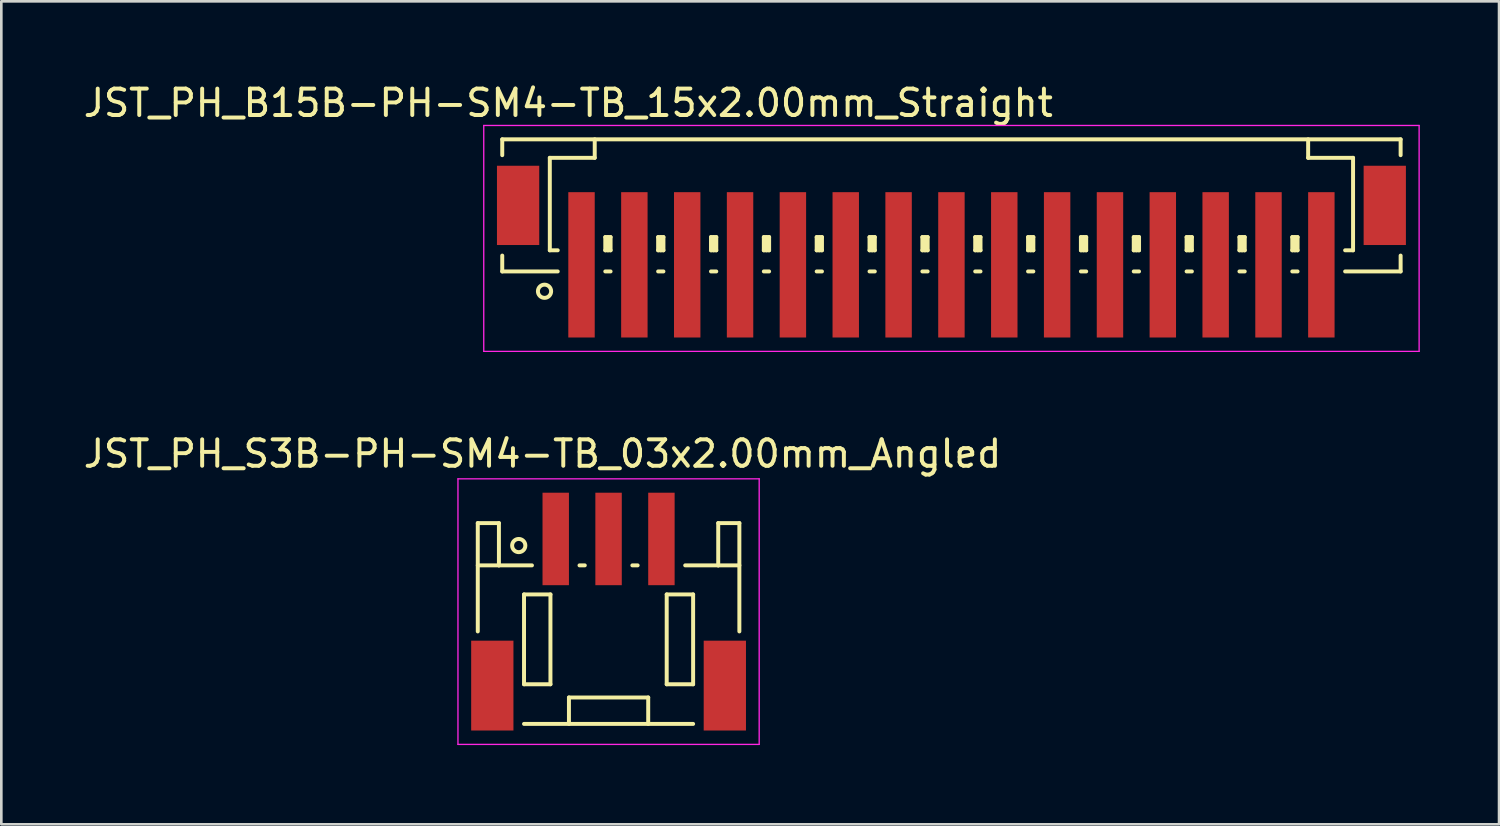
<source format=kicad_pcb>
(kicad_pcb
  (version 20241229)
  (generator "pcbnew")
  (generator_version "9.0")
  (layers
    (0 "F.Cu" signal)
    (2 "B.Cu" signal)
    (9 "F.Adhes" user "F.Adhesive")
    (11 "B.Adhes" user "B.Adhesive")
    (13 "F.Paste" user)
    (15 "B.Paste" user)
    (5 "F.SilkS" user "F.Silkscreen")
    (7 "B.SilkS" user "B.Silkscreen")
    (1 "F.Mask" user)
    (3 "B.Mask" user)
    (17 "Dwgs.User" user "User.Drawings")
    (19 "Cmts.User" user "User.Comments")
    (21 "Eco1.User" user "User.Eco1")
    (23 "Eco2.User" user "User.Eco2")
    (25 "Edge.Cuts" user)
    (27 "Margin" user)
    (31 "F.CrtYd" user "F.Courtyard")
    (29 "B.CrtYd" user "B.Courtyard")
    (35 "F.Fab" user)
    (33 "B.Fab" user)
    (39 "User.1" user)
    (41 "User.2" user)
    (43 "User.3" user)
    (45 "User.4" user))
  (footprint "JST_PH_B15B-PH-SM4-TB_15x2.00mm_Straight"
    (layer "F.Cu")
    (at 32.958 5.848)
    (property "Reference" "JST_PH_B15B-PH-SM4-TB_15x2.00mm_Straight" (at -14.5 -5 0) (layer "F.SilkS") (effects (font (size 1 1) (thickness 0.15))))
    (attr smd)
    (fp_line (start -17 -3.625) (end 17 -3.625) (stroke (width 0.15) (type solid)) (layer "F.SilkS"))
    (fp_line (start -17 -3.025) (end -17 -3.625) (stroke (width 0.15) (type solid)) (layer "F.SilkS"))
    (fp_line (start -17 0.775) (end -17 1.375) (stroke (width 0.15) (type solid)) (layer "F.SilkS"))
    (fp_line (start -17 1.375) (end -14.9 1.375) (stroke (width 0.15) (type solid)) (layer "F.SilkS"))
    (fp_line (start -15.2 -2.925) (end -15.2 0.575) (stroke (width 0.15) (type solid)) (layer "F.SilkS"))
    (fp_line (start -15.2 0.575) (end -14.9 0.575) (stroke (width 0.15) (type solid)) (layer "F.SilkS"))
    (fp_line (start -13.5 -3.625) (end -13.5 -2.925) (stroke (width 0.15) (type solid)) (layer "F.SilkS"))
    (fp_line (start -13.5 -2.925) (end -15.2 -2.925) (stroke (width 0.15) (type solid)) (layer "F.SilkS"))
    (fp_line (start -13.1 0.075) (end -12.9 0.075) (stroke (width 0.15) (type solid)) (layer "F.SilkS"))
    (fp_line (start -13.1 0.575) (end -13.1 0.075) (stroke (width 0.15) (type solid)) (layer "F.SilkS"))
    (fp_line (start -13.1 0.575) (end -12.9 0.575) (stroke (width 0.15) (type solid)) (layer "F.SilkS"))
    (fp_line (start -13.1 1.375) (end -12.9 1.375) (stroke (width 0.15) (type solid)) (layer "F.SilkS"))
    (fp_line (start -13 0.575) (end -13 0.075) (stroke (width 0.15) (type solid)) (layer "F.SilkS"))
    (fp_line (start -12.9 0.075) (end -12.9 0.575) (stroke (width 0.15) (type solid)) (layer "F.SilkS"))
    (fp_line (start -11.1 0.075) (end -10.9 0.075) (stroke (width 0.15) (type solid)) (layer "F.SilkS"))
    (fp_line (start -11.1 0.575) (end -11.1 0.075) (stroke (width 0.15) (type solid)) (layer "F.SilkS"))
    (fp_line (start -11.1 0.575) (end -10.9 0.575) (stroke (width 0.15) (type solid)) (layer "F.SilkS"))
    (fp_line (start -11.1 1.375) (end -10.9 1.375) (stroke (width 0.15) (type solid)) (layer "F.SilkS"))
    (fp_line (start -11 0.575) (end -11 0.075) (stroke (width 0.15) (type solid)) (layer "F.SilkS"))
    (fp_line (start -10.9 0.075) (end -10.9 0.575) (stroke (width 0.15) (type solid)) (layer "F.SilkS"))
    (fp_line (start -9.1 0.075) (end -8.9 0.075) (stroke (width 0.15) (type solid)) (layer "F.SilkS"))
    (fp_line (start -9.1 0.575) (end -9.1 0.075) (stroke (width 0.15) (type solid)) (layer "F.SilkS"))
    (fp_line (start -9.1 0.575) (end -8.9 0.575) (stroke (width 0.15) (type solid)) (layer "F.SilkS"))
    (fp_line (start -9.1 1.375) (end -8.9 1.375) (stroke (width 0.15) (type solid)) (layer "F.SilkS"))
    (fp_line (start -9 0.575) (end -9 0.075) (stroke (width 0.15) (type solid)) (layer "F.SilkS"))
    (fp_line (start -8.9 0.075) (end -8.9 0.575) (stroke (width 0.15) (type solid)) (layer "F.SilkS"))
    (fp_line (start -7.1 0.075) (end -6.9 0.075) (stroke (width 0.15) (type solid)) (layer "F.SilkS"))
    (fp_line (start -7.1 0.575) (end -7.1 0.075) (stroke (width 0.15) (type solid)) (layer "F.SilkS"))
    (fp_line (start -7.1 0.575) (end -6.9 0.575) (stroke (width 0.15) (type solid)) (layer "F.SilkS"))
    (fp_line (start -7.1 1.375) (end -6.9 1.375) (stroke (width 0.15) (type solid)) (layer "F.SilkS"))
    (fp_line (start -7 0.575) (end -7 0.075) (stroke (width 0.15) (type solid)) (layer "F.SilkS"))
    (fp_line (start -6.9 0.075) (end -6.9 0.575) (stroke (width 0.15) (type solid)) (layer "F.SilkS"))
    (fp_line (start -5.1 0.075) (end -4.9 0.075) (stroke (width 0.15) (type solid)) (layer "F.SilkS"))
    (fp_line (start -5.1 0.575) (end -5.1 0.075) (stroke (width 0.15) (type solid)) (layer "F.SilkS"))
    (fp_line (start -5.1 0.575) (end -4.9 0.575) (stroke (width 0.15) (type solid)) (layer "F.SilkS"))
    (fp_line (start -5.1 1.375) (end -4.9 1.375) (stroke (width 0.15) (type solid)) (layer "F.SilkS"))
    (fp_line (start -5 0.575) (end -5 0.075) (stroke (width 0.15) (type solid)) (layer "F.SilkS"))
    (fp_line (start -4.9 0.075) (end -4.9 0.575) (stroke (width 0.15) (type solid)) (layer "F.SilkS"))
    (fp_line (start -3.1 0.075) (end -2.9 0.075) (stroke (width 0.15) (type solid)) (layer "F.SilkS"))
    (fp_line (start -3.1 0.575) (end -3.1 0.075) (stroke (width 0.15) (type solid)) (layer "F.SilkS"))
    (fp_line (start -3.1 0.575) (end -2.9 0.575) (stroke (width 0.15) (type solid)) (layer "F.SilkS"))
    (fp_line (start -3.1 1.375) (end -2.9 1.375) (stroke (width 0.15) (type solid)) (layer "F.SilkS"))
    (fp_line (start -3 0.575) (end -3 0.075) (stroke (width 0.15) (type solid)) (layer "F.SilkS"))
    (fp_line (start -2.9 0.075) (end -2.9 0.575) (stroke (width 0.15) (type solid)) (layer "F.SilkS"))
    (fp_line (start -1.1 0.075) (end -0.9 0.075) (stroke (width 0.15) (type solid)) (layer "F.SilkS"))
    (fp_line (start -1.1 0.575) (end -1.1 0.075) (stroke (width 0.15) (type solid)) (layer "F.SilkS"))
    (fp_line (start -1.1 0.575) (end -0.9 0.575) (stroke (width 0.15) (type solid)) (layer "F.SilkS"))
    (fp_line (start -1.1 1.375) (end -0.9 1.375) (stroke (width 0.15) (type solid)) (layer "F.SilkS"))
    (fp_line (start -1 0.575) (end -1 0.075) (stroke (width 0.15) (type solid)) (layer "F.SilkS"))
    (fp_line (start -0.9 0.075) (end -0.9 0.575) (stroke (width 0.15) (type solid)) (layer "F.SilkS"))
    (fp_line (start 0.9 0.075) (end 1.1 0.075) (stroke (width 0.15) (type solid)) (layer "F.SilkS"))
    (fp_line (start 0.9 0.575) (end 0.9 0.075) (stroke (width 0.15) (type solid)) (layer "F.SilkS"))
    (fp_line (start 0.9 0.575) (end 1.1 0.575) (stroke (width 0.15) (type solid)) (layer "F.SilkS"))
    (fp_line (start 0.9 1.375) (end 1.1 1.375) (stroke (width 0.15) (type solid)) (layer "F.SilkS"))
    (fp_line (start 1 0.575) (end 1 0.075) (stroke (width 0.15) (type solid)) (layer "F.SilkS"))
    (fp_line (start 1.1 0.075) (end 1.1 0.575) (stroke (width 0.15) (type solid)) (layer "F.SilkS"))
    (fp_line (start 2.9 0.075) (end 3.1 0.075) (stroke (width 0.15) (type solid)) (layer "F.SilkS"))
    (fp_line (start 2.9 0.575) (end 2.9 0.075) (stroke (width 0.15) (type solid)) (layer "F.SilkS"))
    (fp_line (start 2.9 0.575) (end 3.1 0.575) (stroke (width 0.15) (type solid)) (layer "F.SilkS"))
    (fp_line (start 2.9 1.375) (end 3.1 1.375) (stroke (width 0.15) (type solid)) (layer "F.SilkS"))
    (fp_line (start 3 0.575) (end 3 0.075) (stroke (width 0.15) (type solid)) (layer "F.SilkS"))
    (fp_line (start 3.1 0.075) (end 3.1 0.575) (stroke (width 0.15) (type solid)) (layer "F.SilkS"))
    (fp_line (start 4.9 0.075) (end 5.1 0.075) (stroke (width 0.15) (type solid)) (layer "F.SilkS"))
    (fp_line (start 4.9 0.575) (end 4.9 0.075) (stroke (width 0.15) (type solid)) (layer "F.SilkS"))
    (fp_line (start 4.9 0.575) (end 5.1 0.575) (stroke (width 0.15) (type solid)) (layer "F.SilkS"))
    (fp_line (start 4.9 1.375) (end 5.1 1.375) (stroke (width 0.15) (type solid)) (layer "F.SilkS"))
    (fp_line (start 5 0.575) (end 5 0.075) (stroke (width 0.15) (type solid)) (layer "F.SilkS"))
    (fp_line (start 5.1 0.075) (end 5.1 0.575) (stroke (width 0.15) (type solid)) (layer "F.SilkS"))
    (fp_line (start 6.9 0.075) (end 7.1 0.075) (stroke (width 0.15) (type solid)) (layer "F.SilkS"))
    (fp_line (start 6.9 0.575) (end 6.9 0.075) (stroke (width 0.15) (type solid)) (layer "F.SilkS"))
    (fp_line (start 6.9 0.575) (end 7.1 0.575) (stroke (width 0.15) (type solid)) (layer "F.SilkS"))
    (fp_line (start 6.9 1.375) (end 7.1 1.375) (stroke (width 0.15) (type solid)) (layer "F.SilkS"))
    (fp_line (start 7 0.575) (end 7 0.075) (stroke (width 0.15) (type solid)) (layer "F.SilkS"))
    (fp_line (start 7.1 0.075) (end 7.1 0.575) (stroke (width 0.15) (type solid)) (layer "F.SilkS"))
    (fp_line (start 8.9 0.075) (end 9.1 0.075) (stroke (width 0.15) (type solid)) (layer "F.SilkS"))
    (fp_line (start 8.9 0.575) (end 8.9 0.075) (stroke (width 0.15) (type solid)) (layer "F.SilkS"))
    (fp_line (start 8.9 0.575) (end 9.1 0.575) (stroke (width 0.15) (type solid)) (layer "F.SilkS"))
    (fp_line (start 8.9 1.375) (end 9.1 1.375) (stroke (width 0.15) (type solid)) (layer "F.SilkS"))
    (fp_line (start 9 0.575) (end 9 0.075) (stroke (width 0.15) (type solid)) (layer "F.SilkS"))
    (fp_line (start 9.1 0.075) (end 9.1 0.575) (stroke (width 0.15) (type solid)) (layer "F.SilkS"))
    (fp_line (start 10.9 0.075) (end 11.1 0.075) (stroke (width 0.15) (type solid)) (layer "F.SilkS"))
    (fp_line (start 10.9 0.575) (end 10.9 0.075) (stroke (width 0.15) (type solid)) (layer "F.SilkS"))
    (fp_line (start 10.9 0.575) (end 11.1 0.575) (stroke (width 0.15) (type solid)) (layer "F.SilkS"))
    (fp_line (start 10.9 1.375) (end 11.1 1.375) (stroke (width 0.15) (type solid)) (layer "F.SilkS"))
    (fp_line (start 11 0.575) (end 11 0.075) (stroke (width 0.15) (type solid)) (layer "F.SilkS"))
    (fp_line (start 11.1 0.075) (end 11.1 0.575) (stroke (width 0.15) (type solid)) (layer "F.SilkS"))
    (fp_line (start 12.9 0.075) (end 13.1 0.075) (stroke (width 0.15) (type solid)) (layer "F.SilkS"))
    (fp_line (start 12.9 0.575) (end 12.9 0.075) (stroke (width 0.15) (type solid)) (layer "F.SilkS"))
    (fp_line (start 12.9 0.575) (end 13.1 0.575) (stroke (width 0.15) (type solid)) (layer "F.SilkS"))
    (fp_line (start 12.9 1.375) (end 13.1 1.375) (stroke (width 0.15) (type solid)) (layer "F.SilkS"))
    (fp_line (start 13 0.575) (end 13 0.075) (stroke (width 0.15) (type solid)) (layer "F.SilkS"))
    (fp_line (start 13.1 0.075) (end 13.1 0.575) (stroke (width 0.15) (type solid)) (layer "F.SilkS"))
    (fp_line (start 13.5 -3.625) (end 13.5 -2.925) (stroke (width 0.15) (type solid)) (layer "F.SilkS"))
    (fp_line (start 13.5 -2.925) (end 15.2 -2.925) (stroke (width 0.15) (type solid)) (layer "F.SilkS"))
    (fp_line (start 15.2 -2.925) (end 15.2 0.575) (stroke (width 0.15) (type solid)) (layer "F.SilkS"))
    (fp_line (start 15.2 0.575) (end 14.9 0.575) (stroke (width 0.15) (type solid)) (layer "F.SilkS"))
    (fp_line (start 17 -3.625) (end 17 -3.025) (stroke (width 0.15) (type solid)) (layer "F.SilkS"))
    (fp_line (start 17 0.775) (end 17 1.375) (stroke (width 0.15) (type solid)) (layer "F.SilkS"))
    (fp_line (start 17 1.375) (end 14.9 1.375) (stroke (width 0.15) (type solid)) (layer "F.SilkS"))
    (fp_circle (center -15.4 2.125) (end -15.15 2.125) (stroke (width 0.15) (type solid)) (fill no) (layer "F.SilkS"))
    (fp_line (start -17.7 -4.15) (end 17.7 -4.15) (stroke (width 0.05) (type solid)) (layer "F.CrtYd"))
    (fp_line (start -17.7 4.4) (end -17.7 -4.15) (stroke (width 0.05) (type solid)) (layer "F.CrtYd"))
    (fp_line (start 17.7 -4.15) (end 17.7 4.4) (stroke (width 0.05) (type solid)) (layer "F.CrtYd"))
    (fp_line (start 17.7 4.4) (end -17.7 4.4) (stroke (width 0.05) (type solid)) (layer "F.CrtYd"))
    (pad "" smd rect (at -16.4 -1.125) (size 1.6 3) (layers "F.Cu" "F.Mask" "F.Paste"))
    (pad "" smd rect (at 16.4 -1.125) (size 1.6 3) (layers "F.Cu" "F.Mask" "F.Paste"))
    (pad "1" smd rect (at -14 1.125) (size 1 5.5) (layers "F.Cu" "F.Mask" "F.Paste"))
    (pad "2" smd rect (at -12 1.125) (size 1 5.5) (layers "F.Cu" "F.Mask" "F.Paste"))
    (pad "3" smd rect (at -10 1.125) (size 1 5.5) (layers "F.Cu" "F.Mask" "F.Paste"))
    (pad "4" smd rect (at -8 1.125) (size 1 5.5) (layers "F.Cu" "F.Mask" "F.Paste"))
    (pad "5" smd rect (at -6 1.125) (size 1 5.5) (layers "F.Cu" "F.Mask" "F.Paste"))
    (pad "6" smd rect (at -4 1.125) (size 1 5.5) (layers "F.Cu" "F.Mask" "F.Paste"))
    (pad "7" smd rect (at -2 1.125) (size 1 5.5) (layers "F.Cu" "F.Mask" "F.Paste"))
    (pad "8" smd rect (at 0 1.125) (size 1 5.5) (layers "F.Cu" "F.Mask" "F.Paste"))
    (pad "9" smd rect (at 2 1.125) (size 1 5.5) (layers "F.Cu" "F.Mask" "F.Paste"))
    (pad "10" smd rect (at 4 1.125) (size 1 5.5) (layers "F.Cu" "F.Mask" "F.Paste"))
    (pad "11" smd rect (at 6 1.125) (size 1 5.5) (layers "F.Cu" "F.Mask" "F.Paste"))
    (pad "12" smd rect (at 8 1.125) (size 1 5.5) (layers "F.Cu" "F.Mask" "F.Paste"))
    (pad "13" smd rect (at 10 1.125) (size 1 5.5) (layers "F.Cu" "F.Mask" "F.Paste"))
    (pad "14" smd rect (at 12 1.125) (size 1 5.5) (layers "F.Cu" "F.Mask" "F.Paste"))
    (pad "15" smd rect (at 14 1.125) (size 1 5.5) (layers "F.Cu" "F.Mask" "F.Paste")))
  (footprint "JST_PH_S3B-PH-SM4-TB_03x2.00mm_Angled"
    (layer "F.Cu")
    (at 19.982 20.122)
    (property "Reference" "JST_PH_S3B-PH-SM4-TB_03x2.00mm_Angled" (at -2.5 -6 0) (layer "F.SilkS") (effects (font (size 1 1) (thickness 0.15))))
    (attr smd)
    (fp_line (start -4.95 -3.375) (end -4.95 0.725) (stroke (width 0.15) (type solid)) (layer "F.SilkS"))
    (fp_line (start -4.15 -3.375) (end -4.95 -3.375) (stroke (width 0.15) (type solid)) (layer "F.SilkS"))
    (fp_line (start -4.15 -1.775) (end -4.95 -1.775) (stroke (width 0.15) (type solid)) (layer "F.SilkS"))
    (fp_line (start -4.15 -1.775) (end -4.15 -3.375) (stroke (width 0.15) (type solid)) (layer "F.SilkS"))
    (fp_line (start -3.2 -0.675) (end -3.2 2.725) (stroke (width 0.15) (type solid)) (layer "F.SilkS"))
    (fp_line (start -3.2 2.725) (end -2.2 2.725) (stroke (width 0.15) (type solid)) (layer "F.SilkS"))
    (fp_line (start -3.2 4.225) (end 3.2 4.225) (stroke (width 0.15) (type solid)) (layer "F.SilkS"))
    (fp_line (start -2.9 -1.775) (end -4.15 -1.775) (stroke (width 0.15) (type solid)) (layer "F.SilkS"))
    (fp_line (start -2.2 -0.675) (end -3.2 -0.675) (stroke (width 0.15) (type solid)) (layer "F.SilkS"))
    (fp_line (start -2.2 2.725) (end -2.2 -0.675) (stroke (width 0.15) (type solid)) (layer "F.SilkS"))
    (fp_line (start -1.5 3.225) (end 1.5 3.225) (stroke (width 0.15) (type solid)) (layer "F.SilkS"))
    (fp_line (start -1.5 4.225) (end -1.5 3.225) (stroke (width 0.15) (type solid)) (layer "F.SilkS"))
    (fp_line (start -1.1 -1.775) (end -0.9 -1.775) (stroke (width 0.15) (type solid)) (layer "F.SilkS"))
    (fp_line (start 0.9 -1.775) (end 1.1 -1.775) (stroke (width 0.15) (type solid)) (layer "F.SilkS"))
    (fp_line (start 1.5 3.225) (end 1.5 4.225) (stroke (width 0.15) (type solid)) (layer "F.SilkS"))
    (fp_line (start 2.2 -0.675) (end 3.2 -0.675) (stroke (width 0.15) (type solid)) (layer "F.SilkS"))
    (fp_line (start 2.2 2.725) (end 2.2 -0.675) (stroke (width 0.15) (type solid)) (layer "F.SilkS"))
    (fp_line (start 2.9 -1.775) (end 4.15 -1.775) (stroke (width 0.15) (type solid)) (layer "F.SilkS"))
    (fp_line (start 3.2 -0.675) (end 3.2 2.725) (stroke (width 0.15) (type solid)) (layer "F.SilkS"))
    (fp_line (start 3.2 2.725) (end 2.2 2.725) (stroke (width 0.15) (type solid)) (layer "F.SilkS"))
    (fp_line (start 4.15 -3.375) (end 4.95 -3.375) (stroke (width 0.15) (type solid)) (layer "F.SilkS"))
    (fp_line (start 4.15 -1.775) (end 4.15 -3.375) (stroke (width 0.15) (type solid)) (layer "F.SilkS"))
    (fp_line (start 4.15 -1.775) (end 4.95 -1.775) (stroke (width 0.15) (type solid)) (layer "F.SilkS"))
    (fp_line (start 4.95 -3.375) (end 4.95 0.725) (stroke (width 0.15) (type solid)) (layer "F.SilkS"))
    (fp_circle (center -3.4 -2.525) (end -3.15 -2.525) (stroke (width 0.15) (type solid)) (fill no) (layer "F.SilkS"))
    (fp_line (start -5.7 -5.05) (end 5.7 -5.05) (stroke (width 0.05) (type solid)) (layer "F.CrtYd"))
    (fp_line (start -5.7 5) (end -5.7 -5.05) (stroke (width 0.05) (type solid)) (layer "F.CrtYd"))
    (fp_line (start 5.7 -5.05) (end 5.7 5) (stroke (width 0.05) (type solid)) (layer "F.CrtYd"))
    (fp_line (start 5.7 5) (end -5.7 5) (stroke (width 0.05) (type solid)) (layer "F.CrtYd"))
    (pad "" smd rect (at -4.4 2.775) (size 1.6 3.4) (layers "F.Cu" "F.Mask" "F.Paste"))
    (pad "" smd rect (at 4.4 2.775) (size 1.6 3.4) (layers "F.Cu" "F.Mask" "F.Paste"))
    (pad "1" smd rect (at -2 -2.775) (size 1 3.5) (layers "F.Cu" "F.Mask" "F.Paste"))
    (pad "2" smd rect (at 0 -2.775) (size 1 3.5) (layers "F.Cu" "F.Mask" "F.Paste"))
    (pad "3" smd rect (at 2 -2.775) (size 1 3.5) (layers "F.Cu" "F.Mask" "F.Paste")))
  (gr_rect
    (start -3 -3)
    (end 53.683 28.146)
    (stroke (width 0.1) (type default))
    (fill no)
    (layer "Edge.Cuts")))
</source>
